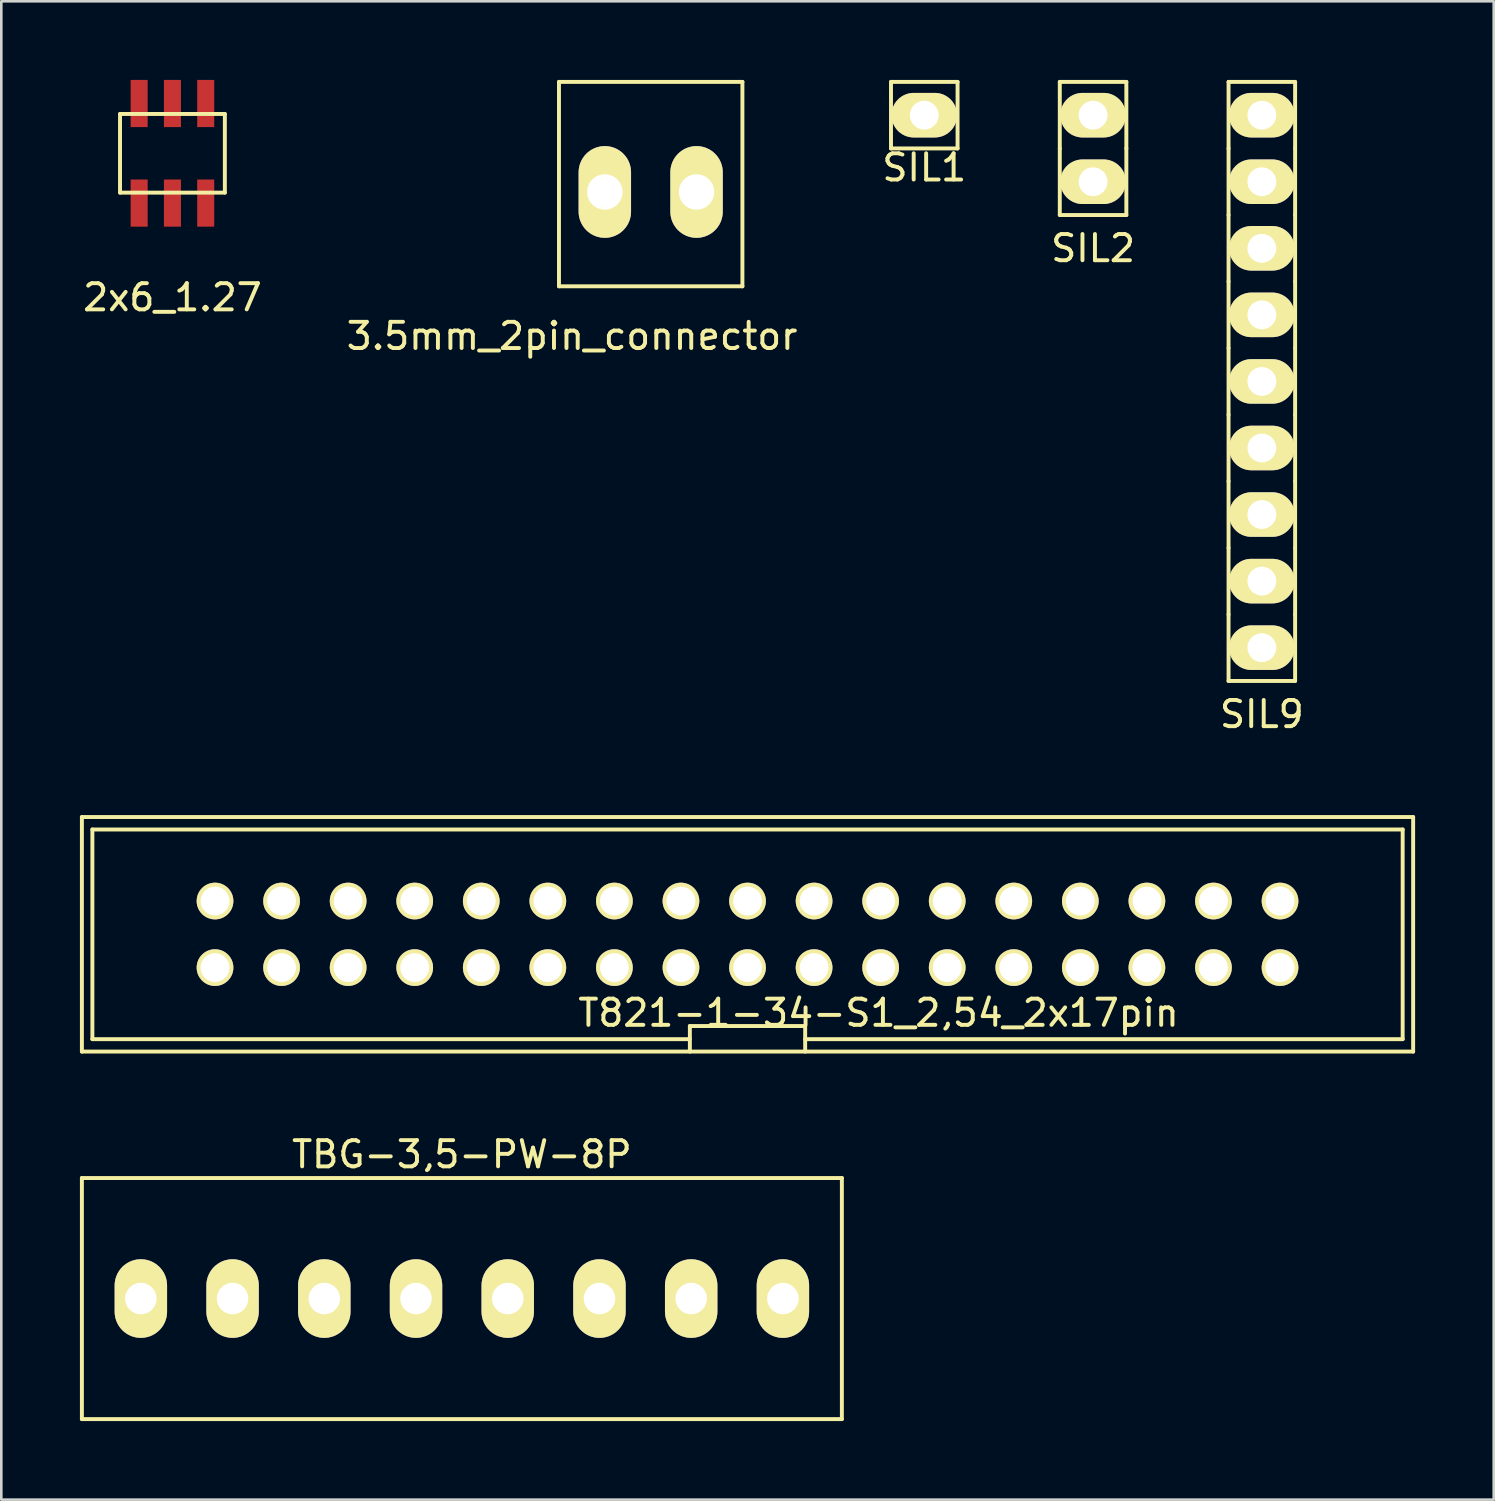
<source format=kicad_pcb>
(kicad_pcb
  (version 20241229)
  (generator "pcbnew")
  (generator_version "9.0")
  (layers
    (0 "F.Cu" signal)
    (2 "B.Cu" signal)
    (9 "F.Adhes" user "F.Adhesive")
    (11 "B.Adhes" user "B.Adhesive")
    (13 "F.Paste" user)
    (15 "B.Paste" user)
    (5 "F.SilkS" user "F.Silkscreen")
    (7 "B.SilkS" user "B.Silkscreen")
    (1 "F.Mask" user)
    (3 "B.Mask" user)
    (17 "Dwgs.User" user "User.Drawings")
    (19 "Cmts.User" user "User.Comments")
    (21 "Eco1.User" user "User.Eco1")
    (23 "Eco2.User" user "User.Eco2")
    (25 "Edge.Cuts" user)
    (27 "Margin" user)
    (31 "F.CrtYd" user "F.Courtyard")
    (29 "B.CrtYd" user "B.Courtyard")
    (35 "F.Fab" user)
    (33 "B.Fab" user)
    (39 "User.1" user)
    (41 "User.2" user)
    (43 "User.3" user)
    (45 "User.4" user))
  (footprint "SIL9"
    (layer "F.Cu")
    (at 45.101 11.505)
    (property "Reference" "SIL9" (at 0 12.7 0) (layer "F.SilkS") (effects (font (size 1 1) (thickness 0.15))))
    (attr through_hole)
    (fp_line (start -1.27 -11.43) (end 1.27 -11.43) (stroke (width 0.15) (type solid)) (layer "F.SilkS"))
    (fp_line (start -1.27 -8.89) (end -1.27 -11.43) (stroke (width 0.15) (type solid)) (layer "F.SilkS"))
    (fp_line (start -1.27 -6.35) (end -1.27 -8.89) (stroke (width 0.15) (type solid)) (layer "F.SilkS"))
    (fp_line (start -1.27 -3.81) (end -1.27 -6.35) (stroke (width 0.15) (type solid)) (layer "F.SilkS"))
    (fp_line (start -1.27 -1.27) (end -1.27 -3.81) (stroke (width 0.15) (type solid)) (layer "F.SilkS"))
    (fp_line (start -1.27 1.27) (end -1.27 -1.27) (stroke (width 0.15) (type solid)) (layer "F.SilkS"))
    (fp_line (start -1.27 3.81) (end -1.27 1.27) (stroke (width 0.15) (type solid)) (layer "F.SilkS"))
    (fp_line (start -1.27 6.35) (end -1.27 3.81) (stroke (width 0.15) (type solid)) (layer "F.SilkS"))
    (fp_line (start -1.27 8.89) (end -1.27 6.35) (stroke (width 0.15) (type solid)) (layer "F.SilkS"))
    (fp_line (start -1.27 11.43) (end -1.27 8.89) (stroke (width 0.15) (type solid)) (layer "F.SilkS"))
    (fp_line (start 1.27 -11.43) (end 1.27 -8.89) (stroke (width 0.15) (type solid)) (layer "F.SilkS"))
    (fp_line (start 1.27 -8.89) (end 1.27 -6.35) (stroke (width 0.15) (type solid)) (layer "F.SilkS"))
    (fp_line (start 1.27 -6.35) (end 1.27 -3.81) (stroke (width 0.15) (type solid)) (layer "F.SilkS"))
    (fp_line (start 1.27 -3.81) (end 1.27 -1.27) (stroke (width 0.15) (type solid)) (layer "F.SilkS"))
    (fp_line (start 1.27 -1.27) (end 1.27 1.27) (stroke (width 0.15) (type solid)) (layer "F.SilkS"))
    (fp_line (start 1.27 1.27) (end 1.27 3.81) (stroke (width 0.15) (type solid)) (layer "F.SilkS"))
    (fp_line (start 1.27 3.81) (end 1.27 6.35) (stroke (width 0.15) (type solid)) (layer "F.SilkS"))
    (fp_line (start 1.27 6.35) (end 1.27 8.89) (stroke (width 0.15) (type solid)) (layer "F.SilkS"))
    (fp_line (start 1.27 8.89) (end 1.27 11.43) (stroke (width 0.15) (type solid)) (layer "F.SilkS"))
    (fp_line (start 1.27 11.43) (end -1.27 11.43) (stroke (width 0.15) (type solid)) (layer "F.SilkS"))
    (pad "1" thru_hole oval (at 0 10.16) (size 2.5 1.7) (drill 1.1) (layers "*.Cu" "*.Mask" "F.SilkS"))
    (pad "2" thru_hole oval (at 0 7.62) (size 2.5 1.7) (drill 1.1) (layers "*.Cu" "*.Mask" "F.SilkS"))
    (pad "3" thru_hole oval (at 0 5.08) (size 2.5 1.7) (drill 1.1) (layers "*.Cu" "*.Mask" "F.SilkS"))
    (pad "4" thru_hole oval (at 0 2.54) (size 2.5 1.7) (drill 1.1) (layers "*.Cu" "*.Mask" "F.SilkS"))
    (pad "5" thru_hole oval (at 0 0) (size 2.5 1.7) (drill 1.1) (layers "*.Cu" "*.Mask" "F.SilkS"))
    (pad "6" thru_hole oval (at 0 -2.54) (size 2.5 1.7) (drill 1.1) (layers "*.Cu" "*.Mask" "F.SilkS"))
    (pad "7" thru_hole oval (at 0 -5.08) (size 2.5 1.7) (drill 1.1) (layers "*.Cu" "*.Mask" "F.SilkS"))
    (pad "8" thru_hole oval (at 0 -7.62) (size 2.5 1.7) (drill 1.1) (layers "*.Cu" "*.Mask" "F.SilkS"))
    (pad "9" thru_hole oval (at 0 -10.16) (size 2.5 1.7) (drill 1.1) (layers "*.Cu" "*.Mask" "F.SilkS")))
  (footprint "TBG-3,5-PW-8P"
    (layer "F.Cu")
    (at 14.575 46.502)
    (property "Reference" "TBG-3,5-PW-8P" (at 0 -5.5 0) (layer "F.SilkS") (effects (font (size 1 1) (thickness 0.15))))
    (attr through_hole)
    (fp_line (start -14.5 -4.6) (end 14.5 -4.6) (stroke (width 0.15) (type solid)) (layer "F.SilkS"))
    (fp_line (start -14.5 4.6) (end -14.5 -4.6) (stroke (width 0.15) (type solid)) (layer "F.SilkS"))
    (fp_line (start -14.5 4.6) (end 14.5 4.6) (stroke (width 0.15) (type solid)) (layer "F.SilkS"))
    (fp_line (start 14.5 4.6) (end 14.5 -4.6) (stroke (width 0.15) (type solid)) (layer "F.SilkS"))
    (pad "1" thru_hole oval (at -12.25 0) (size 2 3) (drill 1.2) (layers "*.Cu" "*.Mask" "F.SilkS"))
    (pad "2" thru_hole oval (at -8.75 0) (size 2 3) (drill 1.2) (layers "*.Cu" "*.Mask" "F.SilkS"))
    (pad "3" thru_hole oval (at -5.25 0) (size 2 3) (drill 1.2) (layers "*.Cu" "*.Mask" "F.SilkS"))
    (pad "4" thru_hole oval (at -1.75 0) (size 2 3) (drill 1.2) (layers "*.Cu" "*.Mask" "F.SilkS"))
    (pad "5" thru_hole oval (at 1.75 0) (size 2 3) (drill 1.2) (layers "*.Cu" "*.Mask" "F.SilkS"))
    (pad "6" thru_hole oval (at 5.25 0) (size 2 3) (drill 1.2) (layers "*.Cu" "*.Mask" "F.SilkS"))
    (pad "7" thru_hole oval (at 8.75 0) (size 2 3) (drill 1.2) (layers "*.Cu" "*.Mask" "F.SilkS"))
    (pad "8" thru_hole oval (at 12.25 0) (size 2 3) (drill 1.2) (layers "*.Cu" "*.Mask" "F.SilkS")))
  (footprint "T821-1-34-S1_2,54_2x17pin"
    (layer "F.Cu")
    (at 25.475 32.603)
    (property "Reference" "T821-1-34-S1_2,54_2x17pin" (at 5 3 0) (layer "F.SilkS") (effects (font (size 1 1) (thickness 0.15))))
    (attr through_hole)
    (fp_line (start -25.4 -4.475) (end 25.4 -4.475) (stroke (width 0.15) (type solid)) (layer "F.SilkS"))
    (fp_line (start -25.4 4.475) (end -25.4 -4.475) (stroke (width 0.15) (type solid)) (layer "F.SilkS"))
    (fp_line (start -25 -4) (end -25 4) (stroke (width 0.15) (type solid)) (layer "F.SilkS"))
    (fp_line (start -25 4) (end -2.2 4) (stroke (width 0.15) (type solid)) (layer "F.SilkS"))
    (fp_line (start -2.2 3.5) (end -2.2 4.475) (stroke (width 0.15) (type solid)) (layer "F.SilkS"))
    (fp_line (start -2.2 3.5) (end 2.2 3.5) (stroke (width 0.15) (type solid)) (layer "F.SilkS"))
    (fp_line (start 2.2 3.5) (end 2.2 4.475) (stroke (width 0.15) (type solid)) (layer "F.SilkS"))
    (fp_line (start 2.2 4) (end 25 4) (stroke (width 0.15) (type solid)) (layer "F.SilkS"))
    (fp_line (start 25 -4) (end -25 -4) (stroke (width 0.15) (type solid)) (layer "F.SilkS"))
    (fp_line (start 25 4) (end 25 -4) (stroke (width 0.15) (type solid)) (layer "F.SilkS"))
    (fp_line (start 25.4 -4.475) (end 25.4 4.475) (stroke (width 0.15) (type solid)) (layer "F.SilkS"))
    (fp_line (start 25.4 4.475) (end -25.4 4.475) (stroke (width 0.15) (type solid)) (layer "F.SilkS"))
    (pad "1" thru_hole circle (at -20.32 1.27) (size 1.4 1.4) (drill 1.1) (layers "*.Cu" "*.Mask" "F.SilkS"))
    (pad "2" thru_hole circle (at -20.32 -1.27) (size 1.4 1.4) (drill 1.1) (layers "*.Cu" "*.Mask" "F.SilkS"))
    (pad "3" thru_hole circle (at -17.78 1.27) (size 1.4 1.4) (drill 1.1) (layers "*.Cu" "*.Mask" "F.SilkS"))
    (pad "4" thru_hole circle (at -17.78 -1.27) (size 1.4 1.4) (drill 1.1) (layers "*.Cu" "*.Mask" "F.SilkS"))
    (pad "5" thru_hole circle (at -15.24 1.27) (size 1.4 1.4) (drill 1.1) (layers "*.Cu" "*.Mask" "F.SilkS"))
    (pad "6" thru_hole circle (at -15.24 -1.27) (size 1.4 1.4) (drill 1.1) (layers "*.Cu" "*.Mask" "F.SilkS"))
    (pad "7" thru_hole circle (at -12.7 1.27) (size 1.4 1.4) (drill 1.1) (layers "*.Cu" "*.Mask" "F.SilkS"))
    (pad "8" thru_hole circle (at -12.7 -1.27) (size 1.4 1.4) (drill 1.1) (layers "*.Cu" "*.Mask" "F.SilkS"))
    (pad "9" thru_hole circle (at -10.16 1.27) (size 1.4 1.4) (drill 1.1) (layers "*.Cu" "*.Mask" "F.SilkS"))
    (pad "10" thru_hole circle (at -10.16 -1.27) (size 1.4 1.4) (drill 1.1) (layers "*.Cu" "*.Mask" "F.SilkS"))
    (pad "11" thru_hole circle (at -7.62 1.27) (size 1.4 1.4) (drill 1.1) (layers "*.Cu" "*.Mask" "F.SilkS"))
    (pad "12" thru_hole circle (at -7.62 -1.27) (size 1.4 1.4) (drill 1.1) (layers "*.Cu" "*.Mask" "F.SilkS"))
    (pad "13" thru_hole circle (at -5.08 1.27) (size 1.4 1.4) (drill 1.1) (layers "*.Cu" "*.Mask" "F.SilkS"))
    (pad "14" thru_hole circle (at -5.08 -1.27) (size 1.4 1.4) (drill 1.1) (layers "*.Cu" "*.Mask" "F.SilkS"))
    (pad "15" thru_hole circle (at -2.54 1.27) (size 1.4 1.4) (drill 1.1) (layers "*.Cu" "*.Mask" "F.SilkS"))
    (pad "16" thru_hole circle (at -2.54 -1.27) (size 1.4 1.4) (drill 1.1) (layers "*.Cu" "*.Mask" "F.SilkS"))
    (pad "17" thru_hole circle (at 0 1.27) (size 1.4 1.4) (drill 1.1) (layers "*.Cu" "*.Mask" "F.SilkS"))
    (pad "18" thru_hole circle (at 0 -1.27) (size 1.4 1.4) (drill 1.1) (layers "*.Cu" "*.Mask" "F.SilkS"))
    (pad "19" thru_hole circle (at 2.54 1.27) (size 1.4 1.4) (drill 1.1) (layers "*.Cu" "*.Mask" "F.SilkS"))
    (pad "20" thru_hole circle (at 2.54 -1.27) (size 1.4 1.4) (drill 1.1) (layers "*.Cu" "*.Mask" "F.SilkS"))
    (pad "21" thru_hole circle (at 5.08 1.27) (size 1.4 1.4) (drill 1.1) (layers "*.Cu" "*.Mask" "F.SilkS"))
    (pad "22" thru_hole circle (at 5.08 -1.27) (size 1.4 1.4) (drill 1.1) (layers "*.Cu" "*.Mask" "F.SilkS"))
    (pad "23" thru_hole circle (at 7.62 1.27) (size 1.4 1.4) (drill 1.1) (layers "*.Cu" "*.Mask" "F.SilkS"))
    (pad "24" thru_hole circle (at 7.62 -1.27) (size 1.4 1.4) (drill 1.1) (layers "*.Cu" "*.Mask" "F.SilkS"))
    (pad "25" thru_hole circle (at 10.16 1.27) (size 1.4 1.4) (drill 1.1) (layers "*.Cu" "*.Mask" "F.SilkS"))
    (pad "26" thru_hole circle (at 10.16 -1.27) (size 1.4 1.4) (drill 1.1) (layers "*.Cu" "*.Mask" "F.SilkS"))
    (pad "27" thru_hole circle (at 12.7 1.27) (size 1.4 1.4) (drill 1.1) (layers "*.Cu" "*.Mask" "F.SilkS"))
    (pad "28" thru_hole circle (at 12.7 -1.27) (size 1.4 1.4) (drill 1.1) (layers "*.Cu" "*.Mask" "F.SilkS"))
    (pad "29" thru_hole circle (at 15.24 1.27) (size 1.4 1.4) (drill 1.1) (layers "*.Cu" "*.Mask" "F.SilkS"))
    (pad "30" thru_hole circle (at 15.24 -1.27) (size 1.4 1.4) (drill 1.1) (layers "*.Cu" "*.Mask" "F.SilkS"))
    (pad "31" thru_hole circle (at 17.78 1.27) (size 1.4 1.4) (drill 1.1) (layers "*.Cu" "*.Mask" "F.SilkS"))
    (pad "32" thru_hole circle (at 17.78 -1.27) (size 1.4 1.4) (drill 1.1) (layers "*.Cu" "*.Mask" "F.SilkS"))
    (pad "33" thru_hole circle (at 20.32 1.27) (size 1.4 1.4) (drill 1.1) (layers "*.Cu" "*.Mask" "F.SilkS"))
    (pad "34" thru_hole circle (at 20.32 -1.27) (size 1.4 1.4) (drill 1.1) (layers "*.Cu" "*.Mask" "F.SilkS")))
  (footprint "SIL1"
    (layer "F.Cu")
    (at 32.22 1.345)
    (property "Reference" "SIL1" (at 0 2 0) (layer "F.SilkS") (effects (font (size 1 1) (thickness 0.15))))
    (attr through_hole)
    (fp_line (start -1.27 -1.27) (end 1.27 -1.27) (stroke (width 0.15) (type solid)) (layer "F.SilkS"))
    (fp_line (start -1.27 1.27) (end -1.27 -1.27) (stroke (width 0.15) (type solid)) (layer "F.SilkS"))
    (fp_line (start 1.27 -1.27) (end 1.27 1.27) (stroke (width 0.15) (type solid)) (layer "F.SilkS"))
    (fp_line (start 1.27 1.27) (end -1.27 1.27) (stroke (width 0.15) (type solid)) (layer "F.SilkS"))
    (pad "1" thru_hole oval (at 0 0) (size 2.5 1.7) (drill 1.1) (layers "*.Cu" "*.Mask" "F.SilkS")))
  (footprint "2x6_1.27"
    (layer "F.Cu")
    (at 3.53 2.8)
    (property "Reference" "2x6_1.27" (at 0 5.5 0) (layer "F.SilkS") (effects (font (size 1 1) (thickness 0.15))))
    (attr through_hole)
    (fp_line (start -2 -1.5) (end 2 -1.5) (stroke (width 0.15) (type solid)) (layer "F.SilkS"))
    (fp_line (start -2 1.5) (end -2 -1.5) (stroke (width 0.15) (type solid)) (layer "F.SilkS"))
    (fp_line (start 2 -1.5) (end 2 1.5) (stroke (width 0.15) (type solid)) (layer "F.SilkS"))
    (fp_line (start 2 1.5) (end -2 1.5) (stroke (width 0.15) (type solid)) (layer "F.SilkS"))
    (pad "1" smd rect (at -1.27 1.9) (size 0.65 1.8) (layers "F.Cu" "F.Mask" "F.Paste"))
    (pad "2" smd rect (at -1.27 -1.9) (size 0.65 1.8) (layers "F.Cu" "F.Mask" "F.Paste"))
    (pad "3" smd rect (at 0 1.9) (size 0.65 1.8) (layers "F.Cu" "F.Mask" "F.Paste"))
    (pad "4" smd rect (at 0 -1.9) (size 0.65 1.8) (layers "F.Cu" "F.Mask" "F.Paste"))
    (pad "5" smd rect (at 1.27 1.9) (size 0.65 1.8) (layers "F.Cu" "F.Mask" "F.Paste"))
    (pad "6" smd rect (at 1.27 -1.9) (size 0.65 1.8) (layers "F.Cu" "F.Mask" "F.Paste")))
  (footprint "3.5mm_2pin_connector"
    (layer "F.Cu")
    (at 21.78 4.275)
    (property "Reference" "3.5mm_2pin_connector" (at -3 5.5 0) (layer "F.SilkS") (effects (font (size 1 1) (thickness 0.15))))
    (attr through_hole)
    (fp_line (start -3.5 -4.2) (end -3.5 3.6) (stroke (width 0.15) (type solid)) (layer "F.SilkS"))
    (fp_line (start -3.5 -4.2) (end 3.5 -4.2) (stroke (width 0.15) (type solid)) (layer "F.SilkS"))
    (fp_line (start -3.5 3.6) (end 3.5 3.6) (stroke (width 0.15) (type solid)) (layer "F.SilkS"))
    (fp_line (start 3.5 -4.2) (end 3.5 3.6) (stroke (width 0.15) (type solid)) (layer "F.SilkS"))
    (pad "1" thru_hole oval (at -1.75 0 90) (size 3.5 2) (drill 1.35) (layers "*.Cu" "*.Mask" "F.SilkS"))
    (pad "2" thru_hole oval (at 1.75 0 90) (size 3.5 2) (drill 1.35) (layers "*.Cu" "*.Mask" "F.SilkS")))
  (footprint "SIL2"
    (layer "F.Cu")
    (at 38.661 2.615)
    (property "Reference" "SIL2" (at 0 3.81 0) (layer "F.SilkS") (effects (font (size 1 1) (thickness 0.15))))
    (attr through_hole)
    (fp_line (start -1.27 -2.54) (end 1.27 -2.54) (stroke (width 0.15) (type solid)) (layer "F.SilkS"))
    (fp_line (start -1.27 0) (end -1.27 -2.54) (stroke (width 0.15) (type solid)) (layer "F.SilkS"))
    (fp_line (start -1.27 2.54) (end -1.27 0) (stroke (width 0.15) (type solid)) (layer "F.SilkS"))
    (fp_line (start 1.27 -2.54) (end 1.27 0) (stroke (width 0.15) (type solid)) (layer "F.SilkS"))
    (fp_line (start 1.27 0) (end 1.27 2.54) (stroke (width 0.15) (type solid)) (layer "F.SilkS"))
    (fp_line (start 1.27 2.54) (end -1.27 2.54) (stroke (width 0.15) (type solid)) (layer "F.SilkS"))
    (pad "1" thru_hole oval (at 0 1.27) (size 2.5 1.7) (drill 1.1) (layers "*.Cu" "*.Mask" "F.SilkS"))
    (pad "2" thru_hole oval (at 0 -1.27) (size 2.5 1.7) (drill 1.1) (layers "*.Cu" "*.Mask" "F.SilkS")))
  (gr_rect
    (start -3 -3)
    (end 53.95 54.176)
    (stroke (width 0.1) (type default))
    (fill no)
    (layer "Edge.Cuts")))
</source>
